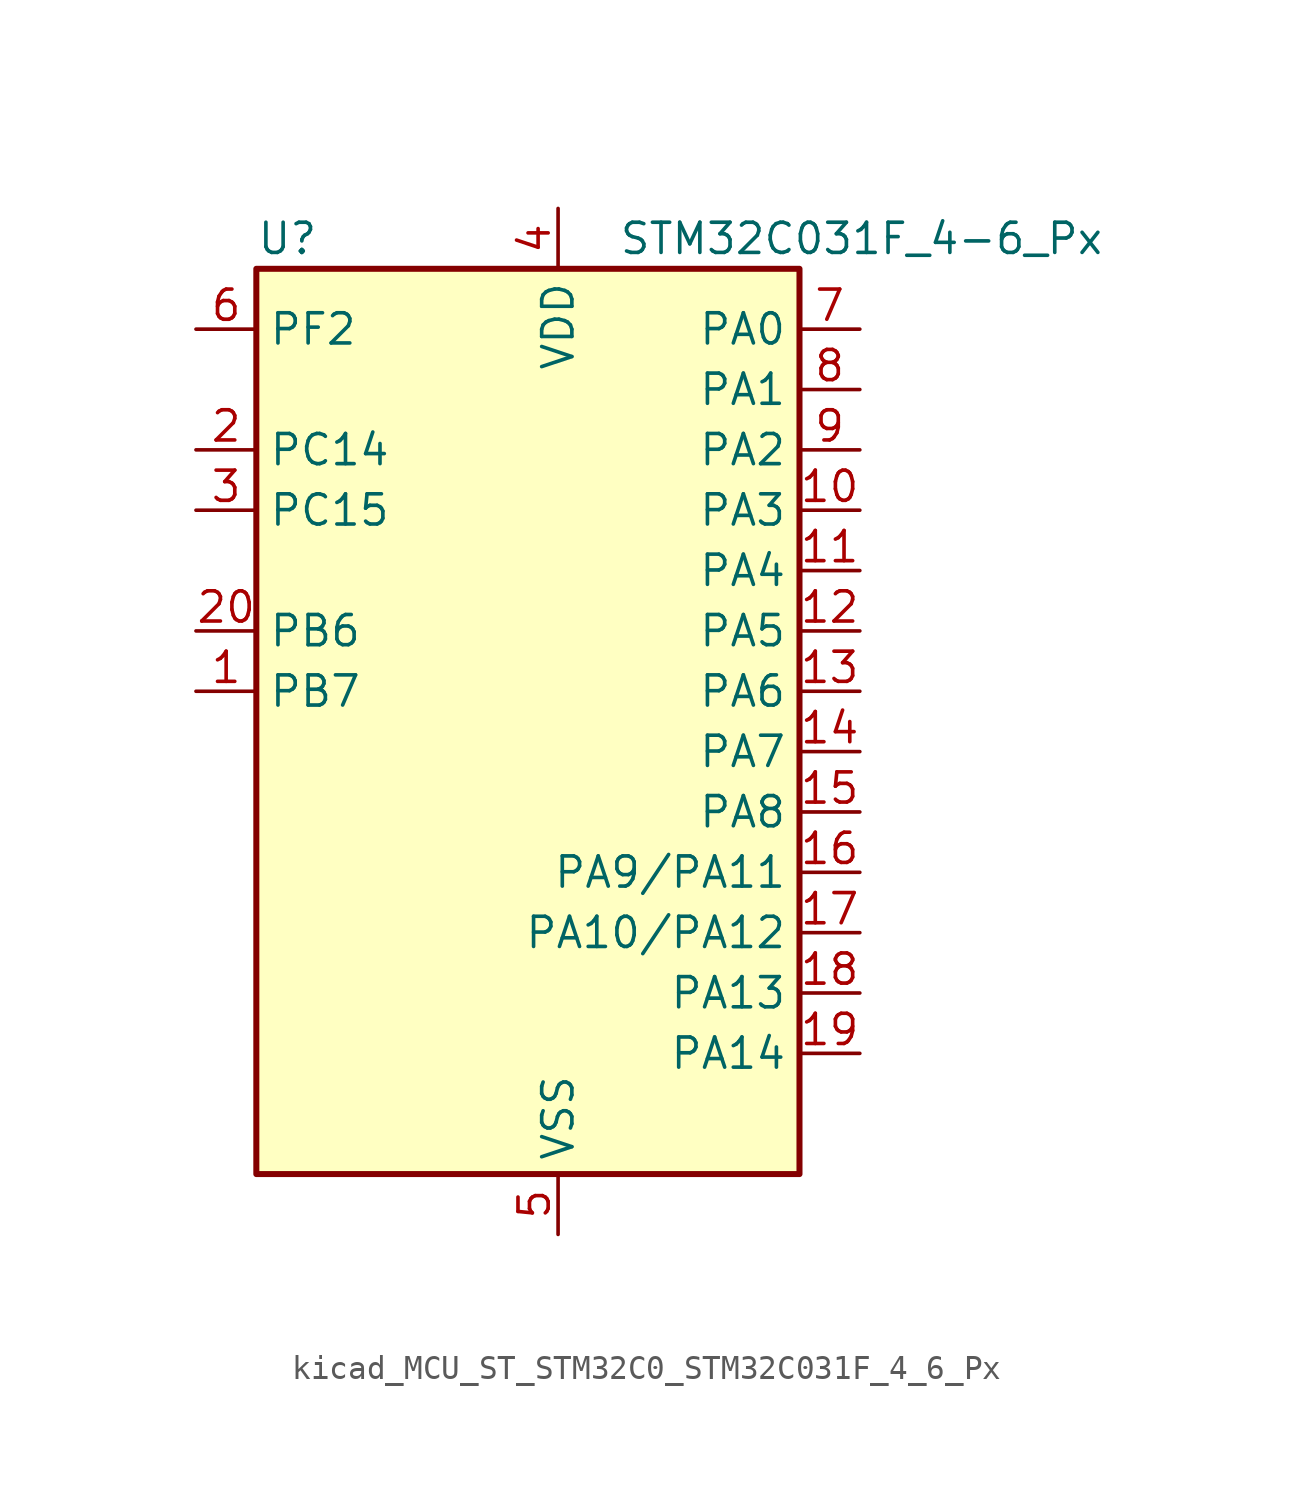
<source format=kicad_sym>
(kicad_symbol_lib
  (version 20220914)
  (generator kicad_symbol_editor)
  (symbol "kicad_MCU_ST_STM32C0_STM32C031F_4_6_Px"
    (property "Reference" "U"
      (at -10.16 21.59 0)
      (effects (font (size 1.27 1.27)) (justify left)))
    (property "Value" "STM32C031F_4-6_Px"
      (at 5.08 21.59 0)
      (effects (font (size 1.27 1.27)) (justify left)))
    (property "ki_locked" ""
      (at 0 0 0)
      (effects (font (size 1.27 1.27))))
    (symbol "kicad_MCU_ST_STM32C0_STM32C031F_4_6_Px_0_1"
      (rectangle (start -10.16 -17.78) (end 12.7 20.32) (stroke (width 0.254) (type default)) (fill (type background))))
    (symbol "kicad_MCU_ST_STM32C0_STM32C031F_4_6_Px_1_1"
      (pin bidirectional line (at -12.7 2.54 0) (length 2.54) (name "PB7" (effects (font (size 1.27 1.27)))) (number "1" (effects (font (size 1.27 1.27)))) (alternate "I2C1_SCL" bidirectional line) (alternate "I2C1_SDA" bidirectional line) (alternate "RTC_REFIN" bidirectional line) (alternate "TIM16_CH1" bidirectional line) (alternate "TIM17_CH1N" bidirectional line) (alternate "TIM1_CH4" bidirectional line) (alternate "TIM3_CH1" bidirectional line) (alternate "TIM3_CH4" bidirectional line) (alternate "USART1_RX" bidirectional line) (alternate "USART2_CTS" bidirectional line) (alternate "USART2_NSS" bidirectional line))
      (pin bidirectional line (at 15.24 10.16 180) (length 2.54) (name "PA3" (effects (font (size 1.27 1.27)))) (number "10" (effects (font (size 1.27 1.27)))) (alternate "ADC1_IN3" bidirectional line) (alternate "TIM1_CH1N" bidirectional line) (alternate "TIM1_CH4" bidirectional line) (alternate "USART2_RX" bidirectional line))
      (pin bidirectional line (at 15.24 7.62 180) (length 2.54) (name "PA4" (effects (font (size 1.27 1.27)))) (number "11" (effects (font (size 1.27 1.27)))) (alternate "ADC1_IN4" bidirectional line) (alternate "I2S1_WS" bidirectional line) (alternate "PWR_WKUP2" bidirectional line) (alternate "RTC_OUT1" bidirectional line) (alternate "RTC_TS" bidirectional line) (alternate "SPI1_NSS" bidirectional line) (alternate "TIM14_CH1" bidirectional line) (alternate "TIM17_CH1N" bidirectional line) (alternate "TIM1_CH2N" bidirectional line) (alternate "USART2_TX" bidirectional line))
      (pin bidirectional line (at 15.24 5.08 180) (length 2.54) (name "PA5" (effects (font (size 1.27 1.27)))) (number "12" (effects (font (size 1.27 1.27)))) (alternate "ADC1_IN5" bidirectional line) (alternate "I2S1_CK" bidirectional line) (alternate "SPI1_SCK" bidirectional line) (alternate "TIM1_CH1" bidirectional line) (alternate "TIM1_CH3N" bidirectional line) (alternate "USART2_RX" bidirectional line))
      (pin bidirectional line (at 15.24 2.54 180) (length 2.54) (name "PA6" (effects (font (size 1.27 1.27)))) (number "13" (effects (font (size 1.27 1.27)))) (alternate "ADC1_IN6" bidirectional line) (alternate "I2S1_MCK" bidirectional line) (alternate "SPI1_MISO" bidirectional line) (alternate "TIM16_CH1" bidirectional line) (alternate "TIM1_BKIN" bidirectional line) (alternate "TIM3_CH1" bidirectional line))
      (pin bidirectional line (at 15.24 0 180) (length 2.54) (name "PA7" (effects (font (size 1.27 1.27)))) (number "14" (effects (font (size 1.27 1.27)))) (alternate "ADC1_IN7" bidirectional line) (alternate "I2S1_SD" bidirectional line) (alternate "SPI1_MOSI" bidirectional line) (alternate "TIM14_CH1" bidirectional line) (alternate "TIM17_CH1" bidirectional line) (alternate "TIM1_CH1N" bidirectional line) (alternate "TIM3_CH2" bidirectional line))
      (pin bidirectional line (at 15.24 -2.54 180) (length 2.54) (name "PA8" (effects (font (size 1.27 1.27)))) (number "15" (effects (font (size 1.27 1.27)))) (alternate "ADC1_IN8" bidirectional line) (alternate "I2S1_WS" bidirectional line) (alternate "RCC_MCO" bidirectional line) (alternate "RCC_MCO_2" bidirectional line) (alternate "SPI1_NSS" bidirectional line) (alternate "TIM14_CH1" bidirectional line) (alternate "TIM1_CH1" bidirectional line) (alternate "TIM1_CH2N" bidirectional line) (alternate "TIM1_CH3N" bidirectional line) (alternate "TIM3_CH3" bidirectional line) (alternate "TIM3_CH4" bidirectional line) (alternate "USART1_RX" bidirectional line) (alternate "USART2_TX" bidirectional line))
      (pin bidirectional line (at 15.24 -5.08 180) (length 2.54) (name "PA9/PA11" (effects (font (size 1.27 1.27)))) (number "16" (effects (font (size 1.27 1.27)))) (alternate "I2C1_SCL" bidirectional line) (alternate "RCC_MCO" bidirectional line) (alternate "TIM1_CH2" bidirectional line) (alternate "TIM3_ETR" bidirectional line) (alternate "USART1_TX" bidirectional line))
      (pin bidirectional line (at 15.24 -7.62 180) (length 2.54) (name "PA10/PA12" (effects (font (size 1.27 1.27)))) (number "17" (effects (font (size 1.27 1.27)))) (alternate "I2C1_SDA" bidirectional line) (alternate "RCC_MCO_2" bidirectional line) (alternate "TIM17_BKIN" bidirectional line) (alternate "TIM1_CH3" bidirectional line) (alternate "USART1_RX" bidirectional line))
      (pin bidirectional line (at 15.24 -10.16 180) (length 2.54) (name "PA13" (effects (font (size 1.27 1.27)))) (number "18" (effects (font (size 1.27 1.27)))) (alternate "ADC1_IN13" bidirectional line) (alternate "DEBUG_SWDIO" bidirectional line) (alternate "IR_OUT" bidirectional line) (alternate "TIM3_ETR" bidirectional line) (alternate "USART2_RX" bidirectional line))
      (pin bidirectional line (at 15.24 -12.7 180) (length 2.54) (name "PA14" (effects (font (size 1.27 1.27)))) (number "19" (effects (font (size 1.27 1.27)))) (alternate "ADC1_IN14" bidirectional line) (alternate "DEBUG_SWCLK" bidirectional line) (alternate "I2S1_WS" bidirectional line) (alternate "RCC_MCO_2" bidirectional line) (alternate "SPI1_NSS" bidirectional line) (alternate "TIM1_CH1" bidirectional line) (alternate "USART1_CK" bidirectional line) (alternate "USART1_DE" bidirectional line) (alternate "USART1_RTS" bidirectional line) (alternate "USART2_RX" bidirectional line) (alternate "USART2_TX" bidirectional line))
      (pin bidirectional line (at -12.7 12.7 0) (length 2.54) (name "PC14" (effects (font (size 1.27 1.27)))) (number "2" (effects (font (size 1.27 1.27)))) (alternate "I2C1_SDA" bidirectional line) (alternate "IR_OUT" bidirectional line) (alternate "RCC_OSCX_IN" bidirectional line) (alternate "TIM17_CH1" bidirectional line) (alternate "TIM1_BKIN2" bidirectional line) (alternate "TIM1_ETR" bidirectional line) (alternate "TIM3_CH2" bidirectional line) (alternate "USART1_TX" bidirectional line) (alternate "USART2_CK" bidirectional line) (alternate "USART2_DE" bidirectional line) (alternate "USART2_RTS" bidirectional line))
      (pin bidirectional line (at -12.7 5.08 0) (length 2.54) (name "PB6" (effects (font (size 1.27 1.27)))) (number "20" (effects (font (size 1.27 1.27)))) (alternate "I2C1_SCL" bidirectional line) (alternate "I2C1_SMBA" bidirectional line) (alternate "I2S1_CK" bidirectional line) (alternate "I2S1_MCK" bidirectional line) (alternate "I2S1_SD" bidirectional line) (alternate "PWR_WKUP3" bidirectional line) (alternate "SPI1_MISO" bidirectional line) (alternate "SPI1_MOSI" bidirectional line) (alternate "SPI1_SCK" bidirectional line) (alternate "TIM16_BKIN" bidirectional line) (alternate "TIM16_CH1N" bidirectional line) (alternate "TIM17_BKIN" bidirectional line) (alternate "TIM1_CH2" bidirectional line) (alternate "TIM1_CH3" bidirectional line) (alternate "TIM3_CH1" bidirectional line) (alternate "TIM3_CH2" bidirectional line) (alternate "TIM3_CH3" bidirectional line) (alternate "USART1_CK" bidirectional line) (alternate "USART1_CTS" bidirectional line) (alternate "USART1_DE" bidirectional line) (alternate "USART1_NSS" bidirectional line) (alternate "USART1_RTS" bidirectional line) (alternate "USART1_TX" bidirectional line))
      (pin bidirectional line (at -12.7 10.16 0) (length 2.54) (name "PC15" (effects (font (size 1.27 1.27)))) (number "3" (effects (font (size 1.27 1.27)))) (alternate "RCC_OSC32_EN" bidirectional line) (alternate "RCC_OSCX_OUT" bidirectional line) (alternate "RCC_OSC_EN" bidirectional line) (alternate "TIM1_ETR" bidirectional line) (alternate "TIM3_CH3" bidirectional line))
      (pin power_in line (at 2.54 22.86 270) (length 2.54) (name "VDD" (effects (font (size 1.27 1.27)))) (number "4" (effects (font (size 1.27 1.27)))))
      (pin power_in line (at 2.54 -20.32 90) (length 2.54) (name "VSS" (effects (font (size 1.27 1.27)))) (number "5" (effects (font (size 1.27 1.27)))))
      (pin bidirectional line (at -12.7 17.78 0) (length 2.54) (name "PF2" (effects (font (size 1.27 1.27)))) (number "6" (effects (font (size 1.27 1.27)))) (alternate "RCC_MCO" bidirectional line) (alternate "TIM1_CH4" bidirectional line))
      (pin bidirectional line (at 15.24 17.78 180) (length 2.54) (name "PA0" (effects (font (size 1.27 1.27)))) (number "7" (effects (font (size 1.27 1.27)))) (alternate "ADC1_IN0" bidirectional line) (alternate "PWR_WKUP1" bidirectional line) (alternate "TIM16_CH1" bidirectional line) (alternate "TIM1_CH1" bidirectional line) (alternate "USART1_TX" bidirectional line) (alternate "USART2_CTS" bidirectional line) (alternate "USART2_NSS" bidirectional line))
      (pin bidirectional line (at 15.24 15.24 180) (length 2.54) (name "PA1" (effects (font (size 1.27 1.27)))) (number "8" (effects (font (size 1.27 1.27)))) (alternate "ADC1_IN1" bidirectional line) (alternate "I2C1_SMBA" bidirectional line) (alternate "I2S1_CK" bidirectional line) (alternate "SPI1_SCK" bidirectional line) (alternate "TIM17_CH1" bidirectional line) (alternate "TIM1_CH2" bidirectional line) (alternate "USART1_RX" bidirectional line) (alternate "USART2_CK" bidirectional line) (alternate "USART2_DE" bidirectional line) (alternate "USART2_RTS" bidirectional line))
      (pin bidirectional line (at 15.24 12.7 180) (length 2.54) (name "PA2" (effects (font (size 1.27 1.27)))) (number "9" (effects (font (size 1.27 1.27)))) (alternate "ADC1_IN2" bidirectional line) (alternate "I2S1_SD" bidirectional line) (alternate "PWR_WKUP4" bidirectional line) (alternate "RCC_LSCO" bidirectional line) (alternate "SPI1_MOSI" bidirectional line) (alternate "TIM16_CH1N" bidirectional line) (alternate "TIM1_CH3" bidirectional line) (alternate "TIM3_ETR" bidirectional line) (alternate "USART2_TX" bidirectional line)))))
</source>
